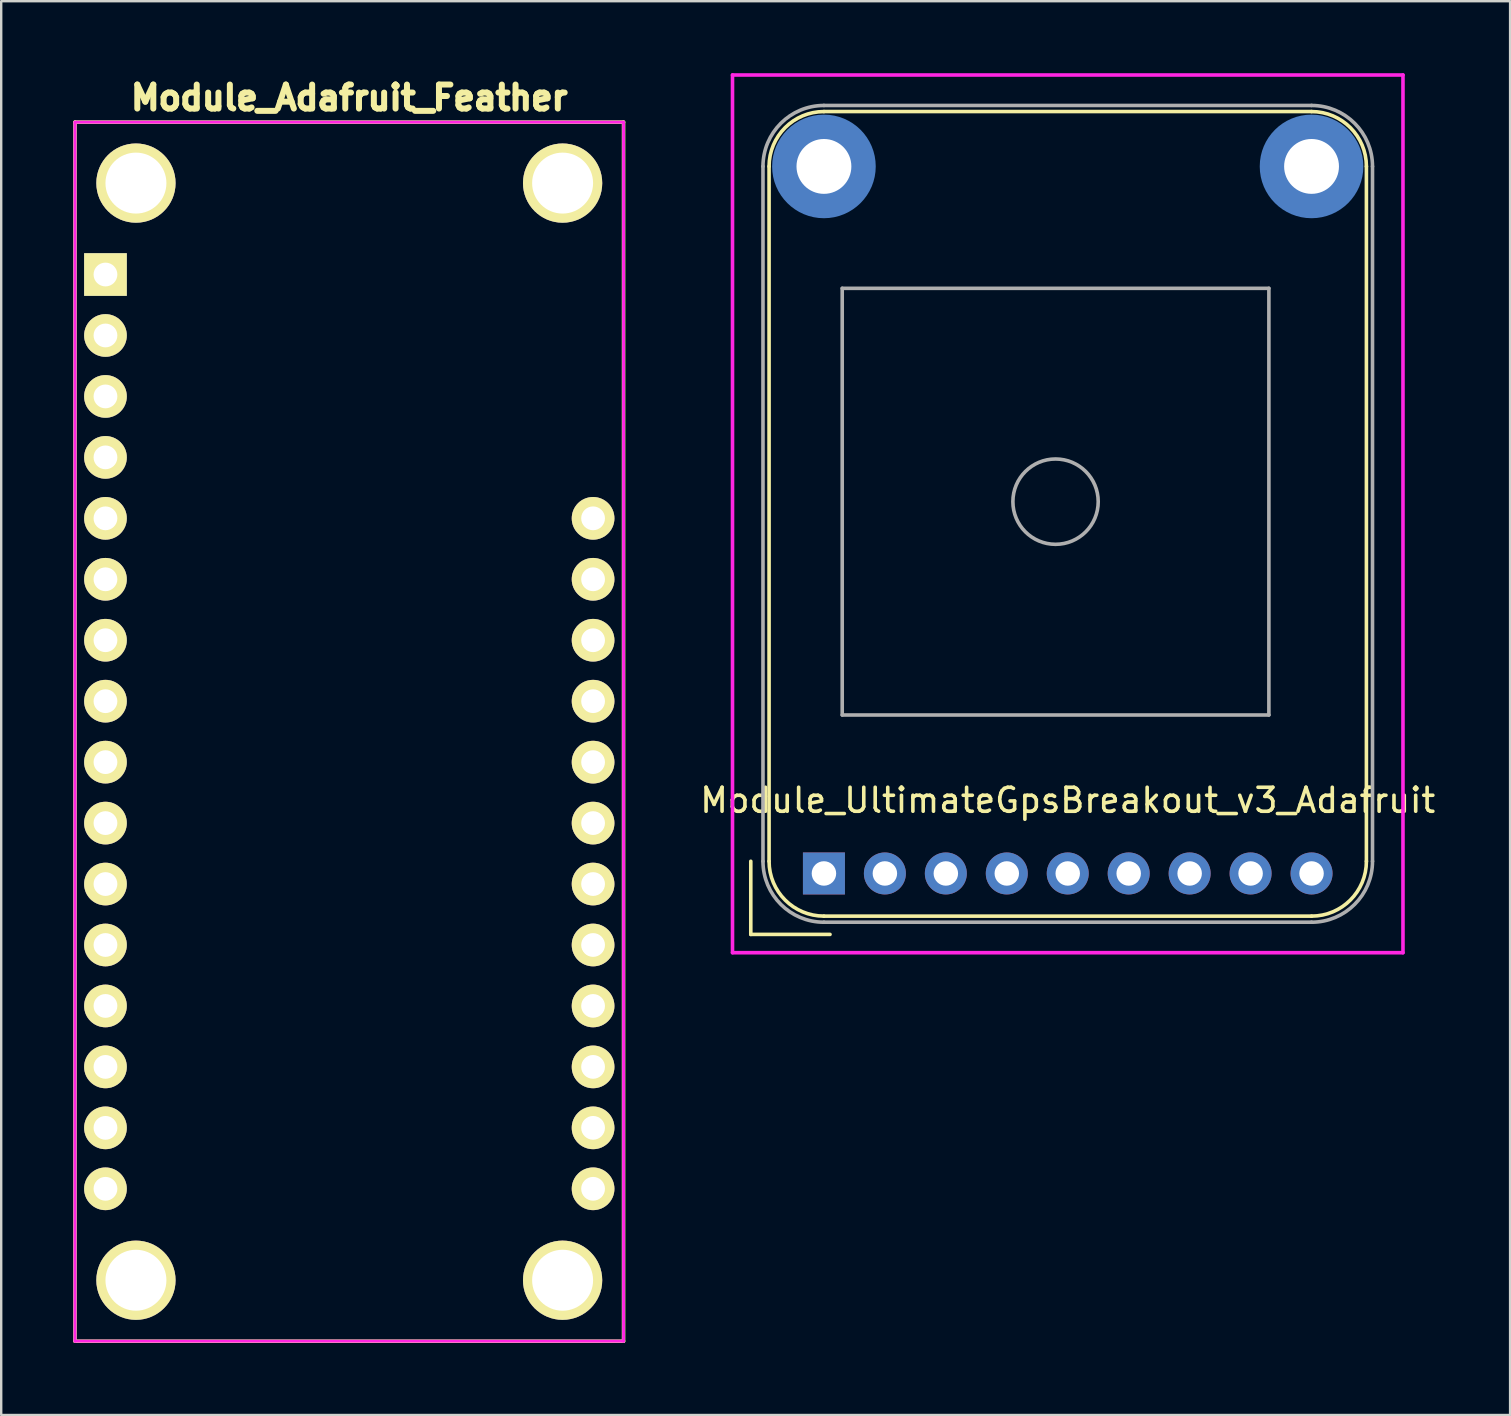
<source format=kicad_pcb>
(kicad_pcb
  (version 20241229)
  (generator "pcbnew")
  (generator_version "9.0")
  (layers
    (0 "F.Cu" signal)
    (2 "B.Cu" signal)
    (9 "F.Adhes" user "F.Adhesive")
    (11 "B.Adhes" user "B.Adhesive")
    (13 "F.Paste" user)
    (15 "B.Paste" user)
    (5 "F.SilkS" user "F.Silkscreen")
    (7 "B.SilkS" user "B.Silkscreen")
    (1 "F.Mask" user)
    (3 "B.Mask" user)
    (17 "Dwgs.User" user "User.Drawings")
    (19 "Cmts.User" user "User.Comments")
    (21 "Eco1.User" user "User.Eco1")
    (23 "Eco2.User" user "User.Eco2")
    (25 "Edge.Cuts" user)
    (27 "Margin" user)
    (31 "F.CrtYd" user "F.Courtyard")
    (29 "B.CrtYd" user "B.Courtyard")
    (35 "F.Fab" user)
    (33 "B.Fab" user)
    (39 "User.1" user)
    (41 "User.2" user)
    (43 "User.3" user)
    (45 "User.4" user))
  (footprint "Module_UltimateGpsBreakout_v3_Adafruit"
    (layer "F.Cu")
    (at 28.745 35.381)
    (property "Reference" "Module_UltimateGpsBreakout_v3_Adafruit" (at 12.7 -5.08 0) (layer "F.SilkS") (effects (font (size 1 1) (thickness 0.15))))
    (attr through_hole)
    (fp_line (start -0.508 0.508) (end -0.508 -2.54) (stroke (width 0.15) (type solid)) (layer "F.SilkS"))
    (fp_line (start 0.254 -2.54) (end 0.254 -31.496) (stroke (width 0.15) (type solid)) (layer "F.SilkS"))
    (fp_line (start 2.54 -33.782) (end 22.86 -33.782) (stroke (width 0.15) (type solid)) (layer "F.SilkS"))
    (fp_line (start 2.794 0.508) (end -0.508 0.508) (stroke (width 0.15) (type solid)) (layer "F.SilkS"))
    (fp_line (start 22.86 -0.254) (end 2.54 -0.254) (stroke (width 0.15) (type solid)) (layer "F.SilkS"))
    (fp_line (start 25.146 -31.496) (end 25.146 -2.54) (stroke (width 0.15) (type solid)) (layer "F.SilkS"))
    (fp_arc (start 0.254 -31.496) (mid 0.923554 -33.112446) (end 2.54 -33.782) (stroke (width 0.15) (type solid)) (layer "F.SilkS"))
    (fp_arc (start 2.54 -0.254) (mid 0.923554 -0.923554) (end 0.254 -2.54) (stroke (width 0.15) (type solid)) (layer "F.SilkS"))
    (fp_arc (start 22.86 -33.782) (mid 24.476446 -33.112446) (end 25.146 -31.496) (stroke (width 0.15) (type solid)) (layer "F.SilkS"))
    (fp_arc (start 25.146 -2.54) (mid 24.476446 -0.923554) (end 22.86 -0.254) (stroke (width 0.15) (type solid)) (layer "F.SilkS"))
    (fp_line (start -1.27 -35.306) (end 26.67 -35.306) (stroke (width 0.15) (type solid)) (layer "F.CrtYd"))
    (fp_line (start -1.27 1.27) (end -1.27 -35.306) (stroke (width 0.15) (type solid)) (layer "F.CrtYd"))
    (fp_line (start 26.67 -35.306) (end 26.67 1.27) (stroke (width 0.15) (type solid)) (layer "F.CrtYd"))
    (fp_line (start 26.67 1.27) (end -1.27 1.27) (stroke (width 0.15) (type solid)) (layer "F.CrtYd"))
    (fp_line (start 0 -2.54) (end 0 -31.496) (stroke (width 0.15) (type solid)) (layer "F.Fab"))
    (fp_line (start 2.54 -34.036) (end 22.86 -34.036) (stroke (width 0.15) (type solid)) (layer "F.Fab"))
    (fp_line (start 3.302 -26.416) (end 3.302 -8.636) (stroke (width 0.15) (type solid)) (layer "F.Fab"))
    (fp_line (start 3.302 -8.636) (end 21.082 -8.636) (stroke (width 0.15) (type solid)) (layer "F.Fab"))
    (fp_line (start 21.082 -26.416) (end 3.302 -26.416) (stroke (width 0.15) (type solid)) (layer "F.Fab"))
    (fp_line (start 21.082 -8.636) (end 21.082 -26.416) (stroke (width 0.15) (type solid)) (layer "F.Fab"))
    (fp_line (start 22.86 0) (end 2.54 0) (stroke (width 0.15) (type solid)) (layer "F.Fab"))
    (fp_line (start 25.4 -31.496) (end 25.4 -2.54) (stroke (width 0.15) (type solid)) (layer "F.Fab"))
    (fp_arc (start 0 -31.496) (mid 0.743949 -33.292051) (end 2.54 -34.036) (stroke (width 0.15) (type solid)) (layer "F.Fab"))
    (fp_arc (start 2.54 0) (mid 0.743949 -0.743949) (end 0 -2.54) (stroke (width 0.15) (type solid)) (layer "F.Fab"))
    (fp_arc (start 22.86 -34.036) (mid 24.656051 -33.292051) (end 25.4 -31.496) (stroke (width 0.15) (type solid)) (layer "F.Fab"))
    (fp_arc (start 25.4 -2.54) (mid 24.656051 -0.743949) (end 22.86 0) (stroke (width 0.15) (type solid)) (layer "F.Fab"))
    (fp_circle (center 12.192 -17.526) (end 13.97 -17.526) (stroke (width 0.15) (type solid)) (fill no) (layer "F.Fab"))
    (pad "" np_thru_hole circle (at 2.54 -31.496) (size 4.318 4.318) (drill 2.286) (layers "*.Mask" "B.Cu"))
    (pad "" np_thru_hole circle (at 22.86 -31.496) (size 4.318 4.318) (drill 2.286) (layers "*.Mask" "B.Cu"))
    (pad "1" thru_hole rect (at 2.54 -2.032) (size 1.75 1.75) (drill 1.02) (layers "*.Cu" "*.Mask"))
    (pad "2" thru_hole circle (at 5.08 -2.032) (size 1.75 1.75) (drill 1.02) (layers "*.Cu" "*.Mask"))
    (pad "3" thru_hole circle (at 7.62 -2.032) (size 1.75 1.75) (drill 1.02) (layers "*.Cu" "*.Mask"))
    (pad "4" thru_hole circle (at 10.16 -2.032) (size 1.75 1.75) (drill 1.02) (layers "*.Cu" "*.Mask"))
    (pad "5" thru_hole circle (at 12.7 -2.032) (size 1.75 1.75) (drill 1.02) (layers "*.Cu" "*.Mask"))
    (pad "6" thru_hole circle (at 15.24 -2.032) (size 1.75 1.75) (drill 1.02) (layers "*.Cu" "*.Mask"))
    (pad "7" thru_hole circle (at 17.78 -2.032) (size 1.75 1.75) (drill 1.02) (layers "*.Cu" "*.Mask"))
    (pad "8" thru_hole circle (at 20.32 -2.032) (size 1.75 1.75) (drill 1.02) (layers "*.Cu" "*.Mask"))
    (pad "9" thru_hole circle (at 22.86 -2.032) (size 1.75 1.75) (drill 1.02) (layers "*.Cu" "*.Mask")))
  (footprint "Module_Adafruit_Feather"
    (placed yes)
    (layer "F.Cu")
    (at 11.505 27.44)
    (property "Reference" "Module_Adafruit_Feather" (at 0 -26.416 0) (layer "F.SilkS") (effects (font (size 1 1) (thickness 0.25))))
    (attr through_hole)
    (fp_line (start -11.43 -25.4) (end -11.43 25.4) (stroke (width 0.15) (type solid)) (layer "F.SilkS"))
    (fp_line (start -11.43 25.4) (end 11.43 25.4) (stroke (width 0.15) (type solid)) (layer "F.SilkS"))
    (fp_line (start 11.43 -25.4) (end -11.43 -25.4) (stroke (width 0.15) (type solid)) (layer "F.SilkS"))
    (fp_line (start 11.43 25.4) (end 11.43 -25.4) (stroke (width 0.15) (type solid)) (layer "F.SilkS"))
    (fp_line (start -11.43 -25.4) (end 11.43 -25.4) (stroke (width 0.12) (type solid)) (layer "F.CrtYd"))
    (fp_line (start -11.43 25.4) (end -11.43 -25.4) (stroke (width 0.12) (type solid)) (layer "F.CrtYd"))
    (fp_line (start 11.43 -25.4) (end 11.43 25.4) (stroke (width 0.12) (type solid)) (layer "F.CrtYd"))
    (fp_line (start 11.43 25.4) (end -11.43 25.4) (stroke (width 0.12) (type solid)) (layer "F.CrtYd"))
    (pad "" thru_hole circle (at -8.89 -22.86 270) (size 3.302 3.302) (drill 2.54) (layers "*.Cu" "*.Mask" "F.SilkS"))
    (pad "" thru_hole circle (at -8.89 22.86 270) (size 3.302 3.302) (drill 2.54) (layers "*.Cu" "*.Mask" "F.SilkS"))
    (pad "" thru_hole circle (at 8.89 -22.86 270) (size 3.302 3.302) (drill 2.54) (layers "*.Cu" "*.Mask" "F.SilkS"))
    (pad "" thru_hole circle (at 8.89 22.86 270) (size 3.302 3.302) (drill 2.54) (layers "*.Cu" "*.Mask" "F.SilkS"))
    (pad "1" thru_hole rect (at -10.16 -19.05 270) (size 1.778 1.778) (drill 0.991) (layers "*.Cu" "*.Mask" "F.SilkS"))
    (pad "2" thru_hole circle (at -10.16 -16.51 270) (size 1.778 1.778) (drill 0.991) (layers "*.Cu" "*.Mask" "F.SilkS"))
    (pad "3" thru_hole circle (at -10.16 -13.97 270) (size 1.778 1.778) (drill 0.991) (layers "*.Cu" "*.Mask" "F.SilkS"))
    (pad "4" thru_hole circle (at -10.16 -11.43 270) (size 1.778 1.778) (drill 0.991) (layers "*.Cu" "*.Mask" "F.SilkS"))
    (pad "5" thru_hole circle (at -10.16 -8.89 270) (size 1.778 1.778) (drill 0.991) (layers "*.Cu" "*.Mask" "F.SilkS"))
    (pad "6" thru_hole circle (at -10.16 -6.35 270) (size 1.778 1.778) (drill 0.991) (layers "*.Cu" "*.Mask" "F.SilkS"))
    (pad "7" thru_hole circle (at -10.16 -3.81 270) (size 1.778 1.778) (drill 0.991) (layers "*.Cu" "*.Mask" "F.SilkS"))
    (pad "8" thru_hole circle (at -10.16 -1.27 270) (size 1.778 1.778) (drill 0.991) (layers "*.Cu" "*.Mask" "F.SilkS"))
    (pad "9" thru_hole circle (at -10.16 1.27 270) (size 1.778 1.778) (drill 0.991) (layers "*.Cu" "*.Mask" "F.SilkS"))
    (pad "10" thru_hole circle (at -10.16 3.81 270) (size 1.778 1.778) (drill 0.991) (layers "*.Cu" "*.Mask" "F.SilkS"))
    (pad "11" thru_hole circle (at -10.16 6.35 270) (size 1.778 1.778) (drill 0.991) (layers "*.Cu" "*.Mask" "F.SilkS"))
    (pad "12" thru_hole circle (at -10.16 8.89 270) (size 1.778 1.778) (drill 0.991) (layers "*.Cu" "*.Mask" "F.SilkS"))
    (pad "13" thru_hole circle (at -10.16 11.43 270) (size 1.778 1.778) (drill 0.991) (layers "*.Cu" "*.Mask" "F.SilkS"))
    (pad "14" thru_hole circle (at -10.16 13.97 270) (size 1.778 1.778) (drill 0.991) (layers "*.Cu" "*.Mask" "F.SilkS"))
    (pad "15" thru_hole circle (at -10.16 16.51 270) (size 1.778 1.778) (drill 0.991) (layers "*.Cu" "*.Mask" "F.SilkS"))
    (pad "16" thru_hole circle (at -10.16 19.05 270) (size 1.778 1.778) (drill 0.991) (layers "*.Cu" "*.Mask" "F.SilkS"))
    (pad "17" thru_hole circle (at 10.16 19.05 270) (size 1.778 1.778) (drill 0.991) (layers "*.Cu" "*.Mask" "F.SilkS"))
    (pad "18" thru_hole circle (at 10.16 16.51 270) (size 1.778 1.778) (drill 0.991) (layers "*.Cu" "*.Mask" "F.SilkS"))
    (pad "19" thru_hole circle (at 10.16 13.97 270) (size 1.778 1.778) (drill 0.991) (layers "*.Cu" "*.Mask" "F.SilkS"))
    (pad "20" thru_hole circle (at 10.16 11.43 270) (size 1.778 1.778) (drill 0.991) (layers "*.Cu" "*.Mask" "F.SilkS"))
    (pad "21" thru_hole circle (at 10.16 8.89 270) (size 1.778 1.778) (drill 0.991) (layers "*.Cu" "*.Mask" "F.SilkS"))
    (pad "22" thru_hole circle (at 10.16 6.35 270) (size 1.778 1.778) (drill 0.991) (layers "*.Cu" "*.Mask" "F.SilkS"))
    (pad "23" thru_hole circle (at 10.16 3.81 270) (size 1.778 1.778) (drill 0.991) (layers "*.Cu" "*.Mask" "F.SilkS"))
    (pad "24" thru_hole circle (at 10.16 1.27 270) (size 1.778 1.778) (drill 0.991) (layers "*.Cu" "*.Mask" "F.SilkS"))
    (pad "25" thru_hole circle (at 10.16 -1.27 270) (size 1.778 1.778) (drill 0.991) (layers "*.Cu" "*.Mask" "F.SilkS"))
    (pad "26" thru_hole circle (at 10.16 -3.81 270) (size 1.778 1.778) (drill 0.991) (layers "*.Cu" "*.Mask" "F.SilkS"))
    (pad "27" thru_hole circle (at 10.16 -6.35 270) (size 1.778 1.778) (drill 0.991) (layers "*.Cu" "*.Mask" "F.SilkS"))
    (pad "28" thru_hole circle (at 10.16 -8.89 270) (size 1.778 1.778) (drill 0.991) (layers "*.Cu" "*.Mask" "F.SilkS")))
  (gr_rect
    (start -3 -3)
    (end 59.879 55.915)
    (stroke (width 0.1) (type default))
    (fill no)
    (layer "Edge.Cuts")))
</source>
